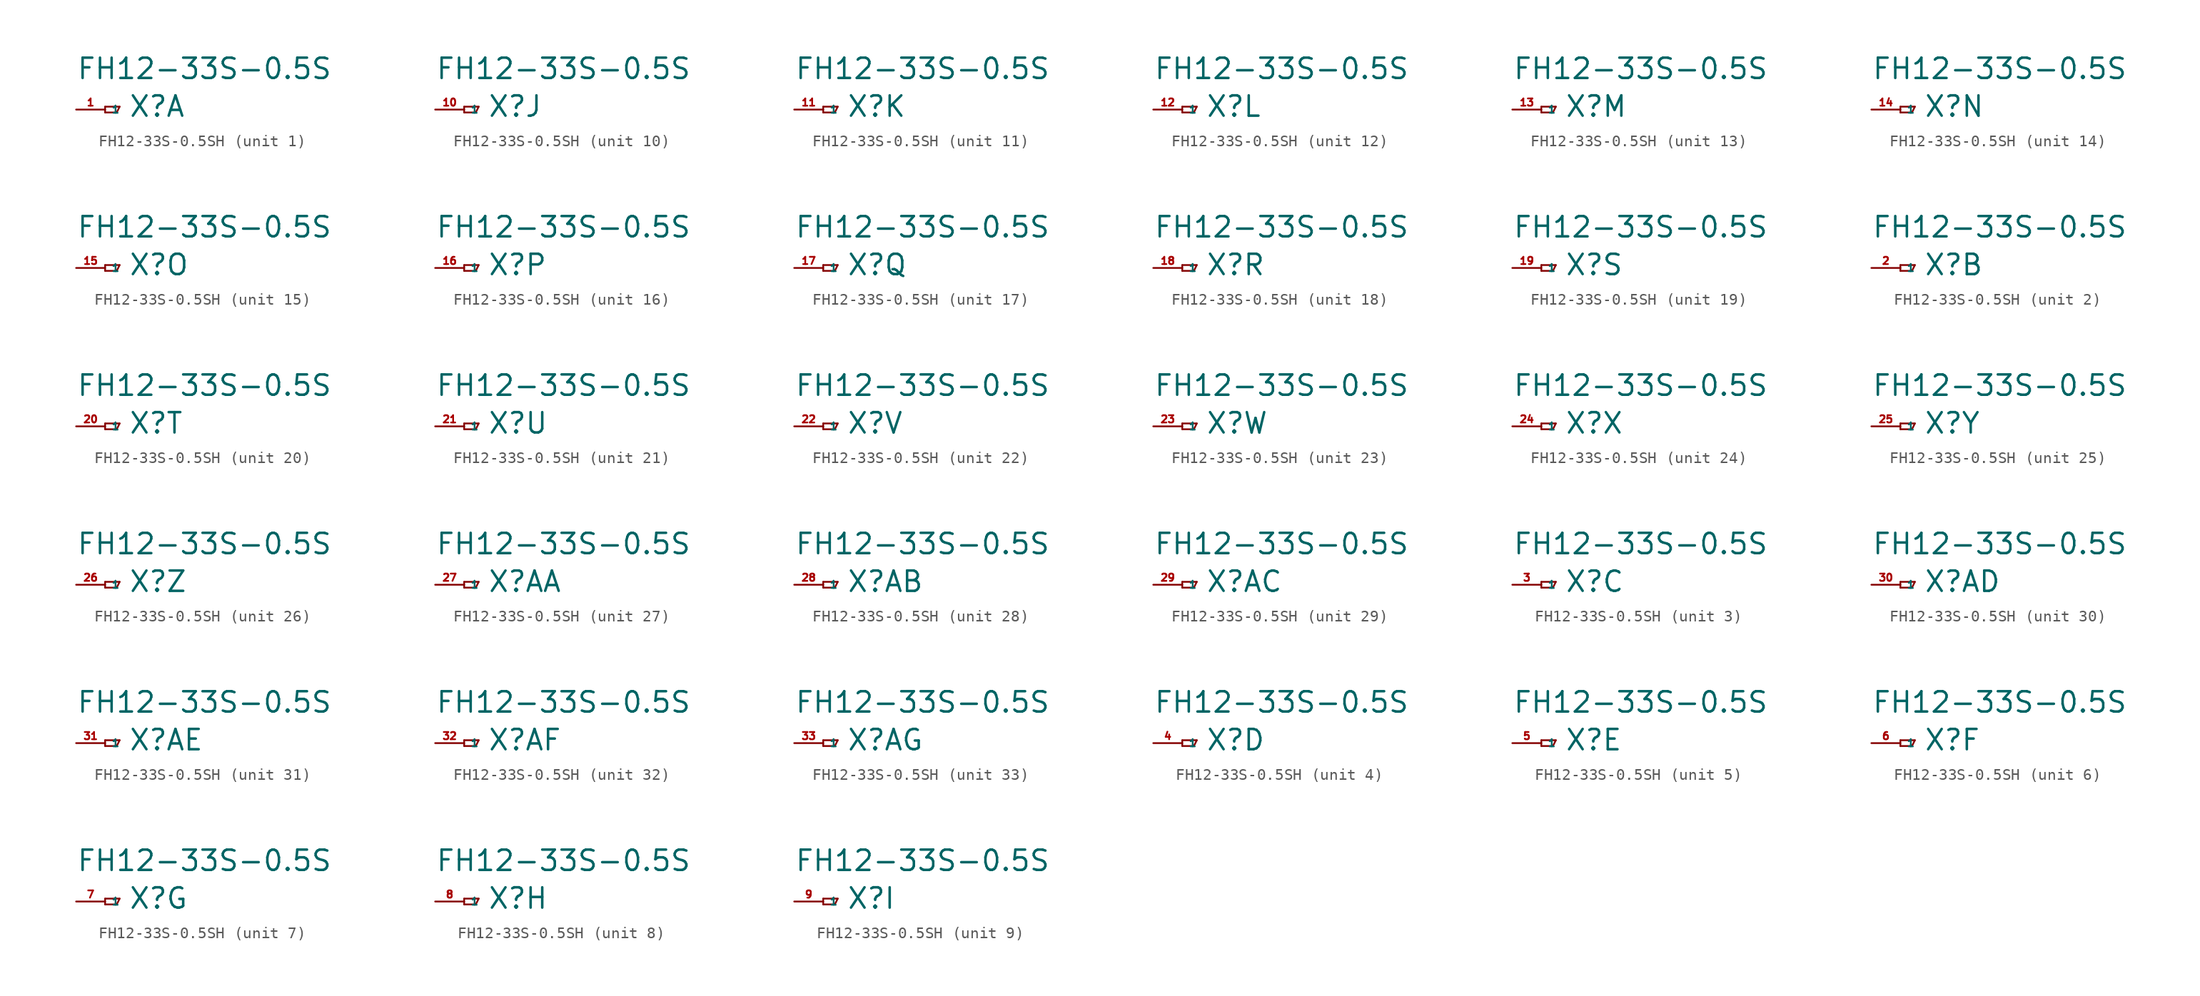
<source format=kicad_sym>
(kicad_symbol_lib
  (version 20220914)
  (generator Eagle2Kicad)
  (symbol "FH12-33S-0.5SH"
    (property "Reference" "X"
      (at 2.032 -0.762 0)
      (effects (font (size 1.778 1.778) (thickness 0.22)) (justify left bottom)))
    (property "Value" "FH12-33S-0.5S"
      (at -2.54 2.54 0)
      (effects (font (size 1.778 1.778) (thickness 0.22)) (justify left bottom)))
    (symbol "FH12-33S-0.5SH_1_0"
      (polyline (pts (xy 0 0.254) (xy 0 -0.254)) (stroke (width 0.152) (type default)) (fill (type none)))
      (polyline (pts (xy 0 -0.254) (xy 1.016 -0.254)) (stroke (width 0.152) (type default)) (fill (type none)))
      (polyline (pts (xy 1.016 -0.254) (xy 1.27 0.254)) (stroke (width 0.152) (type default)) (fill (type none)))
      (polyline (pts (xy 1.27 0.254) (xy 0 0.254)) (stroke (width 0.152) (type default)) (fill (type none)))
      (pin passive line (at -2.54 0 0) (length 2.54) (name "1" (effects (font (size 0.635 0.635) (thickness 0.08)) (justify left bottom))) (number "1" (effects (font (size 0.635 0.635) (thickness 0.08)) (justify left bottom)))))
    (symbol "FH12-33S-0.5SH_2_0"
      (polyline (pts (xy 0 0.254) (xy 0 -0.254)) (stroke (width 0.152) (type default)) (fill (type none)))
      (polyline (pts (xy 0 -0.254) (xy 1.016 -0.254)) (stroke (width 0.152) (type default)) (fill (type none)))
      (polyline (pts (xy 1.016 -0.254) (xy 1.27 0.254)) (stroke (width 0.152) (type default)) (fill (type none)))
      (polyline (pts (xy 1.27 0.254) (xy 0 0.254)) (stroke (width 0.152) (type default)) (fill (type none)))
      (pin passive line (at -2.54 0 0) (length 2.54) (name "1" (effects (font (size 0.635 0.635) (thickness 0.08)) (justify left bottom))) (number "2" (effects (font (size 0.635 0.635) (thickness 0.08)) (justify left bottom)))))
    (symbol "FH12-33S-0.5SH_3_0"
      (polyline (pts (xy 0 0.254) (xy 0 -0.254)) (stroke (width 0.152) (type default)) (fill (type none)))
      (polyline (pts (xy 0 -0.254) (xy 1.016 -0.254)) (stroke (width 0.152) (type default)) (fill (type none)))
      (polyline (pts (xy 1.016 -0.254) (xy 1.27 0.254)) (stroke (width 0.152) (type default)) (fill (type none)))
      (polyline (pts (xy 1.27 0.254) (xy 0 0.254)) (stroke (width 0.152) (type default)) (fill (type none)))
      (pin passive line (at -2.54 0 0) (length 2.54) (name "1" (effects (font (size 0.635 0.635) (thickness 0.08)) (justify left bottom))) (number "3" (effects (font (size 0.635 0.635) (thickness 0.08)) (justify left bottom)))))
    (symbol "FH12-33S-0.5SH_4_0"
      (polyline (pts (xy 0 0.254) (xy 0 -0.254)) (stroke (width 0.152) (type default)) (fill (type none)))
      (polyline (pts (xy 0 -0.254) (xy 1.016 -0.254)) (stroke (width 0.152) (type default)) (fill (type none)))
      (polyline (pts (xy 1.016 -0.254) (xy 1.27 0.254)) (stroke (width 0.152) (type default)) (fill (type none)))
      (polyline (pts (xy 1.27 0.254) (xy 0 0.254)) (stroke (width 0.152) (type default)) (fill (type none)))
      (pin passive line (at -2.54 0 0) (length 2.54) (name "1" (effects (font (size 0.635 0.635) (thickness 0.08)) (justify left bottom))) (number "4" (effects (font (size 0.635 0.635) (thickness 0.08)) (justify left bottom)))))
    (symbol "FH12-33S-0.5SH_5_0"
      (polyline (pts (xy 0 0.254) (xy 0 -0.254)) (stroke (width 0.152) (type default)) (fill (type none)))
      (polyline (pts (xy 0 -0.254) (xy 1.016 -0.254)) (stroke (width 0.152) (type default)) (fill (type none)))
      (polyline (pts (xy 1.016 -0.254) (xy 1.27 0.254)) (stroke (width 0.152) (type default)) (fill (type none)))
      (polyline (pts (xy 1.27 0.254) (xy 0 0.254)) (stroke (width 0.152) (type default)) (fill (type none)))
      (pin passive line (at -2.54 0 0) (length 2.54) (name "1" (effects (font (size 0.635 0.635) (thickness 0.08)) (justify left bottom))) (number "5" (effects (font (size 0.635 0.635) (thickness 0.08)) (justify left bottom)))))
    (symbol "FH12-33S-0.5SH_6_0"
      (polyline (pts (xy 0 0.254) (xy 0 -0.254)) (stroke (width 0.152) (type default)) (fill (type none)))
      (polyline (pts (xy 0 -0.254) (xy 1.016 -0.254)) (stroke (width 0.152) (type default)) (fill (type none)))
      (polyline (pts (xy 1.016 -0.254) (xy 1.27 0.254)) (stroke (width 0.152) (type default)) (fill (type none)))
      (polyline (pts (xy 1.27 0.254) (xy 0 0.254)) (stroke (width 0.152) (type default)) (fill (type none)))
      (pin passive line (at -2.54 0 0) (length 2.54) (name "1" (effects (font (size 0.635 0.635) (thickness 0.08)) (justify left bottom))) (number "6" (effects (font (size 0.635 0.635) (thickness 0.08)) (justify left bottom)))))
    (symbol "FH12-33S-0.5SH_7_0"
      (polyline (pts (xy 0 0.254) (xy 0 -0.254)) (stroke (width 0.152) (type default)) (fill (type none)))
      (polyline (pts (xy 0 -0.254) (xy 1.016 -0.254)) (stroke (width 0.152) (type default)) (fill (type none)))
      (polyline (pts (xy 1.016 -0.254) (xy 1.27 0.254)) (stroke (width 0.152) (type default)) (fill (type none)))
      (polyline (pts (xy 1.27 0.254) (xy 0 0.254)) (stroke (width 0.152) (type default)) (fill (type none)))
      (pin passive line (at -2.54 0 0) (length 2.54) (name "1" (effects (font (size 0.635 0.635) (thickness 0.08)) (justify left bottom))) (number "7" (effects (font (size 0.635 0.635) (thickness 0.08)) (justify left bottom)))))
    (symbol "FH12-33S-0.5SH_8_0"
      (polyline (pts (xy 0 0.254) (xy 0 -0.254)) (stroke (width 0.152) (type default)) (fill (type none)))
      (polyline (pts (xy 0 -0.254) (xy 1.016 -0.254)) (stroke (width 0.152) (type default)) (fill (type none)))
      (polyline (pts (xy 1.016 -0.254) (xy 1.27 0.254)) (stroke (width 0.152) (type default)) (fill (type none)))
      (polyline (pts (xy 1.27 0.254) (xy 0 0.254)) (stroke (width 0.152) (type default)) (fill (type none)))
      (pin passive line (at -2.54 0 0) (length 2.54) (name "1" (effects (font (size 0.635 0.635) (thickness 0.08)) (justify left bottom))) (number "8" (effects (font (size 0.635 0.635) (thickness 0.08)) (justify left bottom)))))
    (symbol "FH12-33S-0.5SH_9_0"
      (polyline (pts (xy 0 0.254) (xy 0 -0.254)) (stroke (width 0.152) (type default)) (fill (type none)))
      (polyline (pts (xy 0 -0.254) (xy 1.016 -0.254)) (stroke (width 0.152) (type default)) (fill (type none)))
      (polyline (pts (xy 1.016 -0.254) (xy 1.27 0.254)) (stroke (width 0.152) (type default)) (fill (type none)))
      (polyline (pts (xy 1.27 0.254) (xy 0 0.254)) (stroke (width 0.152) (type default)) (fill (type none)))
      (pin passive line (at -2.54 0 0) (length 2.54) (name "1" (effects (font (size 0.635 0.635) (thickness 0.08)) (justify left bottom))) (number "9" (effects (font (size 0.635 0.635) (thickness 0.08)) (justify left bottom)))))
    (symbol "FH12-33S-0.5SH_10_0"
      (polyline (pts (xy 0 0.254) (xy 0 -0.254)) (stroke (width 0.152) (type default)) (fill (type none)))
      (polyline (pts (xy 0 -0.254) (xy 1.016 -0.254)) (stroke (width 0.152) (type default)) (fill (type none)))
      (polyline (pts (xy 1.016 -0.254) (xy 1.27 0.254)) (stroke (width 0.152) (type default)) (fill (type none)))
      (polyline (pts (xy 1.27 0.254) (xy 0 0.254)) (stroke (width 0.152) (type default)) (fill (type none)))
      (pin passive line (at -2.54 0 0) (length 2.54) (name "1" (effects (font (size 0.635 0.635) (thickness 0.08)) (justify left bottom))) (number "10" (effects (font (size 0.635 0.635) (thickness 0.08)) (justify left bottom)))))
    (symbol "FH12-33S-0.5SH_11_0"
      (polyline (pts (xy 0 0.254) (xy 0 -0.254)) (stroke (width 0.152) (type default)) (fill (type none)))
      (polyline (pts (xy 0 -0.254) (xy 1.016 -0.254)) (stroke (width 0.152) (type default)) (fill (type none)))
      (polyline (pts (xy 1.016 -0.254) (xy 1.27 0.254)) (stroke (width 0.152) (type default)) (fill (type none)))
      (polyline (pts (xy 1.27 0.254) (xy 0 0.254)) (stroke (width 0.152) (type default)) (fill (type none)))
      (pin passive line (at -2.54 0 0) (length 2.54) (name "1" (effects (font (size 0.635 0.635) (thickness 0.08)) (justify left bottom))) (number "11" (effects (font (size 0.635 0.635) (thickness 0.08)) (justify left bottom)))))
    (symbol "FH12-33S-0.5SH_12_0"
      (polyline (pts (xy 0 0.254) (xy 0 -0.254)) (stroke (width 0.152) (type default)) (fill (type none)))
      (polyline (pts (xy 0 -0.254) (xy 1.016 -0.254)) (stroke (width 0.152) (type default)) (fill (type none)))
      (polyline (pts (xy 1.016 -0.254) (xy 1.27 0.254)) (stroke (width 0.152) (type default)) (fill (type none)))
      (polyline (pts (xy 1.27 0.254) (xy 0 0.254)) (stroke (width 0.152) (type default)) (fill (type none)))
      (pin passive line (at -2.54 0 0) (length 2.54) (name "1" (effects (font (size 0.635 0.635) (thickness 0.08)) (justify left bottom))) (number "12" (effects (font (size 0.635 0.635) (thickness 0.08)) (justify left bottom)))))
    (symbol "FH12-33S-0.5SH_13_0"
      (polyline (pts (xy 0 0.254) (xy 0 -0.254)) (stroke (width 0.152) (type default)) (fill (type none)))
      (polyline (pts (xy 0 -0.254) (xy 1.016 -0.254)) (stroke (width 0.152) (type default)) (fill (type none)))
      (polyline (pts (xy 1.016 -0.254) (xy 1.27 0.254)) (stroke (width 0.152) (type default)) (fill (type none)))
      (polyline (pts (xy 1.27 0.254) (xy 0 0.254)) (stroke (width 0.152) (type default)) (fill (type none)))
      (pin passive line (at -2.54 0 0) (length 2.54) (name "1" (effects (font (size 0.635 0.635) (thickness 0.08)) (justify left bottom))) (number "13" (effects (font (size 0.635 0.635) (thickness 0.08)) (justify left bottom)))))
    (symbol "FH12-33S-0.5SH_14_0"
      (polyline (pts (xy 0 0.254) (xy 0 -0.254)) (stroke (width 0.152) (type default)) (fill (type none)))
      (polyline (pts (xy 0 -0.254) (xy 1.016 -0.254)) (stroke (width 0.152) (type default)) (fill (type none)))
      (polyline (pts (xy 1.016 -0.254) (xy 1.27 0.254)) (stroke (width 0.152) (type default)) (fill (type none)))
      (polyline (pts (xy 1.27 0.254) (xy 0 0.254)) (stroke (width 0.152) (type default)) (fill (type none)))
      (pin passive line (at -2.54 0 0) (length 2.54) (name "1" (effects (font (size 0.635 0.635) (thickness 0.08)) (justify left bottom))) (number "14" (effects (font (size 0.635 0.635) (thickness 0.08)) (justify left bottom)))))
    (symbol "FH12-33S-0.5SH_15_0"
      (polyline (pts (xy 0 0.254) (xy 0 -0.254)) (stroke (width 0.152) (type default)) (fill (type none)))
      (polyline (pts (xy 0 -0.254) (xy 1.016 -0.254)) (stroke (width 0.152) (type default)) (fill (type none)))
      (polyline (pts (xy 1.016 -0.254) (xy 1.27 0.254)) (stroke (width 0.152) (type default)) (fill (type none)))
      (polyline (pts (xy 1.27 0.254) (xy 0 0.254)) (stroke (width 0.152) (type default)) (fill (type none)))
      (pin passive line (at -2.54 0 0) (length 2.54) (name "1" (effects (font (size 0.635 0.635) (thickness 0.08)) (justify left bottom))) (number "15" (effects (font (size 0.635 0.635) (thickness 0.08)) (justify left bottom)))))
    (symbol "FH12-33S-0.5SH_16_0"
      (polyline (pts (xy 0 0.254) (xy 0 -0.254)) (stroke (width 0.152) (type default)) (fill (type none)))
      (polyline (pts (xy 0 -0.254) (xy 1.016 -0.254)) (stroke (width 0.152) (type default)) (fill (type none)))
      (polyline (pts (xy 1.016 -0.254) (xy 1.27 0.254)) (stroke (width 0.152) (type default)) (fill (type none)))
      (polyline (pts (xy 1.27 0.254) (xy 0 0.254)) (stroke (width 0.152) (type default)) (fill (type none)))
      (pin passive line (at -2.54 0 0) (length 2.54) (name "1" (effects (font (size 0.635 0.635) (thickness 0.08)) (justify left bottom))) (number "16" (effects (font (size 0.635 0.635) (thickness 0.08)) (justify left bottom)))))
    (symbol "FH12-33S-0.5SH_17_0"
      (polyline (pts (xy 0 0.254) (xy 0 -0.254)) (stroke (width 0.152) (type default)) (fill (type none)))
      (polyline (pts (xy 0 -0.254) (xy 1.016 -0.254)) (stroke (width 0.152) (type default)) (fill (type none)))
      (polyline (pts (xy 1.016 -0.254) (xy 1.27 0.254)) (stroke (width 0.152) (type default)) (fill (type none)))
      (polyline (pts (xy 1.27 0.254) (xy 0 0.254)) (stroke (width 0.152) (type default)) (fill (type none)))
      (pin passive line (at -2.54 0 0) (length 2.54) (name "1" (effects (font (size 0.635 0.635) (thickness 0.08)) (justify left bottom))) (number "17" (effects (font (size 0.635 0.635) (thickness 0.08)) (justify left bottom)))))
    (symbol "FH12-33S-0.5SH_18_0"
      (polyline (pts (xy 0 0.254) (xy 0 -0.254)) (stroke (width 0.152) (type default)) (fill (type none)))
      (polyline (pts (xy 0 -0.254) (xy 1.016 -0.254)) (stroke (width 0.152) (type default)) (fill (type none)))
      (polyline (pts (xy 1.016 -0.254) (xy 1.27 0.254)) (stroke (width 0.152) (type default)) (fill (type none)))
      (polyline (pts (xy 1.27 0.254) (xy 0 0.254)) (stroke (width 0.152) (type default)) (fill (type none)))
      (pin passive line (at -2.54 0 0) (length 2.54) (name "1" (effects (font (size 0.635 0.635) (thickness 0.08)) (justify left bottom))) (number "18" (effects (font (size 0.635 0.635) (thickness 0.08)) (justify left bottom)))))
    (symbol "FH12-33S-0.5SH_19_0"
      (polyline (pts (xy 0 0.254) (xy 0 -0.254)) (stroke (width 0.152) (type default)) (fill (type none)))
      (polyline (pts (xy 0 -0.254) (xy 1.016 -0.254)) (stroke (width 0.152) (type default)) (fill (type none)))
      (polyline (pts (xy 1.016 -0.254) (xy 1.27 0.254)) (stroke (width 0.152) (type default)) (fill (type none)))
      (polyline (pts (xy 1.27 0.254) (xy 0 0.254)) (stroke (width 0.152) (type default)) (fill (type none)))
      (pin passive line (at -2.54 0 0) (length 2.54) (name "1" (effects (font (size 0.635 0.635) (thickness 0.08)) (justify left bottom))) (number "19" (effects (font (size 0.635 0.635) (thickness 0.08)) (justify left bottom)))))
    (symbol "FH12-33S-0.5SH_20_0"
      (polyline (pts (xy 0 0.254) (xy 0 -0.254)) (stroke (width 0.152) (type default)) (fill (type none)))
      (polyline (pts (xy 0 -0.254) (xy 1.016 -0.254)) (stroke (width 0.152) (type default)) (fill (type none)))
      (polyline (pts (xy 1.016 -0.254) (xy 1.27 0.254)) (stroke (width 0.152) (type default)) (fill (type none)))
      (polyline (pts (xy 1.27 0.254) (xy 0 0.254)) (stroke (width 0.152) (type default)) (fill (type none)))
      (pin passive line (at -2.54 0 0) (length 2.54) (name "1" (effects (font (size 0.635 0.635) (thickness 0.08)) (justify left bottom))) (number "20" (effects (font (size 0.635 0.635) (thickness 0.08)) (justify left bottom)))))
    (symbol "FH12-33S-0.5SH_21_0"
      (polyline (pts (xy 0 0.254) (xy 0 -0.254)) (stroke (width 0.152) (type default)) (fill (type none)))
      (polyline (pts (xy 0 -0.254) (xy 1.016 -0.254)) (stroke (width 0.152) (type default)) (fill (type none)))
      (polyline (pts (xy 1.016 -0.254) (xy 1.27 0.254)) (stroke (width 0.152) (type default)) (fill (type none)))
      (polyline (pts (xy 1.27 0.254) (xy 0 0.254)) (stroke (width 0.152) (type default)) (fill (type none)))
      (pin passive line (at -2.54 0 0) (length 2.54) (name "1" (effects (font (size 0.635 0.635) (thickness 0.08)) (justify left bottom))) (number "21" (effects (font (size 0.635 0.635) (thickness 0.08)) (justify left bottom)))))
    (symbol "FH12-33S-0.5SH_22_0"
      (polyline (pts (xy 0 0.254) (xy 0 -0.254)) (stroke (width 0.152) (type default)) (fill (type none)))
      (polyline (pts (xy 0 -0.254) (xy 1.016 -0.254)) (stroke (width 0.152) (type default)) (fill (type none)))
      (polyline (pts (xy 1.016 -0.254) (xy 1.27 0.254)) (stroke (width 0.152) (type default)) (fill (type none)))
      (polyline (pts (xy 1.27 0.254) (xy 0 0.254)) (stroke (width 0.152) (type default)) (fill (type none)))
      (pin passive line (at -2.54 0 0) (length 2.54) (name "1" (effects (font (size 0.635 0.635) (thickness 0.08)) (justify left bottom))) (number "22" (effects (font (size 0.635 0.635) (thickness 0.08)) (justify left bottom)))))
    (symbol "FH12-33S-0.5SH_23_0"
      (polyline (pts (xy 0 0.254) (xy 0 -0.254)) (stroke (width 0.152) (type default)) (fill (type none)))
      (polyline (pts (xy 0 -0.254) (xy 1.016 -0.254)) (stroke (width 0.152) (type default)) (fill (type none)))
      (polyline (pts (xy 1.016 -0.254) (xy 1.27 0.254)) (stroke (width 0.152) (type default)) (fill (type none)))
      (polyline (pts (xy 1.27 0.254) (xy 0 0.254)) (stroke (width 0.152) (type default)) (fill (type none)))
      (pin passive line (at -2.54 0 0) (length 2.54) (name "1" (effects (font (size 0.635 0.635) (thickness 0.08)) (justify left bottom))) (number "23" (effects (font (size 0.635 0.635) (thickness 0.08)) (justify left bottom)))))
    (symbol "FH12-33S-0.5SH_24_0"
      (polyline (pts (xy 0 0.254) (xy 0 -0.254)) (stroke (width 0.152) (type default)) (fill (type none)))
      (polyline (pts (xy 0 -0.254) (xy 1.016 -0.254)) (stroke (width 0.152) (type default)) (fill (type none)))
      (polyline (pts (xy 1.016 -0.254) (xy 1.27 0.254)) (stroke (width 0.152) (type default)) (fill (type none)))
      (polyline (pts (xy 1.27 0.254) (xy 0 0.254)) (stroke (width 0.152) (type default)) (fill (type none)))
      (pin passive line (at -2.54 0 0) (length 2.54) (name "1" (effects (font (size 0.635 0.635) (thickness 0.08)) (justify left bottom))) (number "24" (effects (font (size 0.635 0.635) (thickness 0.08)) (justify left bottom)))))
    (symbol "FH12-33S-0.5SH_25_0"
      (polyline (pts (xy 0 0.254) (xy 0 -0.254)) (stroke (width 0.152) (type default)) (fill (type none)))
      (polyline (pts (xy 0 -0.254) (xy 1.016 -0.254)) (stroke (width 0.152) (type default)) (fill (type none)))
      (polyline (pts (xy 1.016 -0.254) (xy 1.27 0.254)) (stroke (width 0.152) (type default)) (fill (type none)))
      (polyline (pts (xy 1.27 0.254) (xy 0 0.254)) (stroke (width 0.152) (type default)) (fill (type none)))
      (pin passive line (at -2.54 0 0) (length 2.54) (name "1" (effects (font (size 0.635 0.635) (thickness 0.08)) (justify left bottom))) (number "25" (effects (font (size 0.635 0.635) (thickness 0.08)) (justify left bottom)))))
    (symbol "FH12-33S-0.5SH_26_0"
      (polyline (pts (xy 0 0.254) (xy 0 -0.254)) (stroke (width 0.152) (type default)) (fill (type none)))
      (polyline (pts (xy 0 -0.254) (xy 1.016 -0.254)) (stroke (width 0.152) (type default)) (fill (type none)))
      (polyline (pts (xy 1.016 -0.254) (xy 1.27 0.254)) (stroke (width 0.152) (type default)) (fill (type none)))
      (polyline (pts (xy 1.27 0.254) (xy 0 0.254)) (stroke (width 0.152) (type default)) (fill (type none)))
      (pin passive line (at -2.54 0 0) (length 2.54) (name "1" (effects (font (size 0.635 0.635) (thickness 0.08)) (justify left bottom))) (number "26" (effects (font (size 0.635 0.635) (thickness 0.08)) (justify left bottom)))))
    (symbol "FH12-33S-0.5SH_27_0"
      (polyline (pts (xy 0 0.254) (xy 0 -0.254)) (stroke (width 0.152) (type default)) (fill (type none)))
      (polyline (pts (xy 0 -0.254) (xy 1.016 -0.254)) (stroke (width 0.152) (type default)) (fill (type none)))
      (polyline (pts (xy 1.016 -0.254) (xy 1.27 0.254)) (stroke (width 0.152) (type default)) (fill (type none)))
      (polyline (pts (xy 1.27 0.254) (xy 0 0.254)) (stroke (width 0.152) (type default)) (fill (type none)))
      (pin passive line (at -2.54 0 0) (length 2.54) (name "1" (effects (font (size 0.635 0.635) (thickness 0.08)) (justify left bottom))) (number "27" (effects (font (size 0.635 0.635) (thickness 0.08)) (justify left bottom)))))
    (symbol "FH12-33S-0.5SH_28_0"
      (polyline (pts (xy 0 0.254) (xy 0 -0.254)) (stroke (width 0.152) (type default)) (fill (type none)))
      (polyline (pts (xy 0 -0.254) (xy 1.016 -0.254)) (stroke (width 0.152) (type default)) (fill (type none)))
      (polyline (pts (xy 1.016 -0.254) (xy 1.27 0.254)) (stroke (width 0.152) (type default)) (fill (type none)))
      (polyline (pts (xy 1.27 0.254) (xy 0 0.254)) (stroke (width 0.152) (type default)) (fill (type none)))
      (pin passive line (at -2.54 0 0) (length 2.54) (name "1" (effects (font (size 0.635 0.635) (thickness 0.08)) (justify left bottom))) (number "28" (effects (font (size 0.635 0.635) (thickness 0.08)) (justify left bottom)))))
    (symbol "FH12-33S-0.5SH_29_0"
      (polyline (pts (xy 0 0.254) (xy 0 -0.254)) (stroke (width 0.152) (type default)) (fill (type none)))
      (polyline (pts (xy 0 -0.254) (xy 1.016 -0.254)) (stroke (width 0.152) (type default)) (fill (type none)))
      (polyline (pts (xy 1.016 -0.254) (xy 1.27 0.254)) (stroke (width 0.152) (type default)) (fill (type none)))
      (polyline (pts (xy 1.27 0.254) (xy 0 0.254)) (stroke (width 0.152) (type default)) (fill (type none)))
      (pin passive line (at -2.54 0 0) (length 2.54) (name "1" (effects (font (size 0.635 0.635) (thickness 0.08)) (justify left bottom))) (number "29" (effects (font (size 0.635 0.635) (thickness 0.08)) (justify left bottom)))))
    (symbol "FH12-33S-0.5SH_30_0"
      (polyline (pts (xy 0 0.254) (xy 0 -0.254)) (stroke (width 0.152) (type default)) (fill (type none)))
      (polyline (pts (xy 0 -0.254) (xy 1.016 -0.254)) (stroke (width 0.152) (type default)) (fill (type none)))
      (polyline (pts (xy 1.016 -0.254) (xy 1.27 0.254)) (stroke (width 0.152) (type default)) (fill (type none)))
      (polyline (pts (xy 1.27 0.254) (xy 0 0.254)) (stroke (width 0.152) (type default)) (fill (type none)))
      (pin passive line (at -2.54 0 0) (length 2.54) (name "1" (effects (font (size 0.635 0.635) (thickness 0.08)) (justify left bottom))) (number "30" (effects (font (size 0.635 0.635) (thickness 0.08)) (justify left bottom)))))
    (symbol "FH12-33S-0.5SH_31_0"
      (polyline (pts (xy 0 0.254) (xy 0 -0.254)) (stroke (width 0.152) (type default)) (fill (type none)))
      (polyline (pts (xy 0 -0.254) (xy 1.016 -0.254)) (stroke (width 0.152) (type default)) (fill (type none)))
      (polyline (pts (xy 1.016 -0.254) (xy 1.27 0.254)) (stroke (width 0.152) (type default)) (fill (type none)))
      (polyline (pts (xy 1.27 0.254) (xy 0 0.254)) (stroke (width 0.152) (type default)) (fill (type none)))
      (pin passive line (at -2.54 0 0) (length 2.54) (name "1" (effects (font (size 0.635 0.635) (thickness 0.08)) (justify left bottom))) (number "31" (effects (font (size 0.635 0.635) (thickness 0.08)) (justify left bottom)))))
    (symbol "FH12-33S-0.5SH_32_0"
      (polyline (pts (xy 0 0.254) (xy 0 -0.254)) (stroke (width 0.152) (type default)) (fill (type none)))
      (polyline (pts (xy 0 -0.254) (xy 1.016 -0.254)) (stroke (width 0.152) (type default)) (fill (type none)))
      (polyline (pts (xy 1.016 -0.254) (xy 1.27 0.254)) (stroke (width 0.152) (type default)) (fill (type none)))
      (polyline (pts (xy 1.27 0.254) (xy 0 0.254)) (stroke (width 0.152) (type default)) (fill (type none)))
      (pin passive line (at -2.54 0 0) (length 2.54) (name "1" (effects (font (size 0.635 0.635) (thickness 0.08)) (justify left bottom))) (number "32" (effects (font (size 0.635 0.635) (thickness 0.08)) (justify left bottom)))))
    (symbol "FH12-33S-0.5SH_33_0"
      (polyline (pts (xy 0 0.254) (xy 0 -0.254)) (stroke (width 0.152) (type default)) (fill (type none)))
      (polyline (pts (xy 0 -0.254) (xy 1.016 -0.254)) (stroke (width 0.152) (type default)) (fill (type none)))
      (polyline (pts (xy 1.016 -0.254) (xy 1.27 0.254)) (stroke (width 0.152) (type default)) (fill (type none)))
      (polyline (pts (xy 1.27 0.254) (xy 0 0.254)) (stroke (width 0.152) (type default)) (fill (type none)))
      (pin passive line (at -2.54 0 0) (length 2.54) (name "1" (effects (font (size 0.635 0.635) (thickness 0.08)) (justify left bottom))) (number "33" (effects (font (size 0.635 0.635) (thickness 0.08)) (justify left bottom)))))))
</source>
